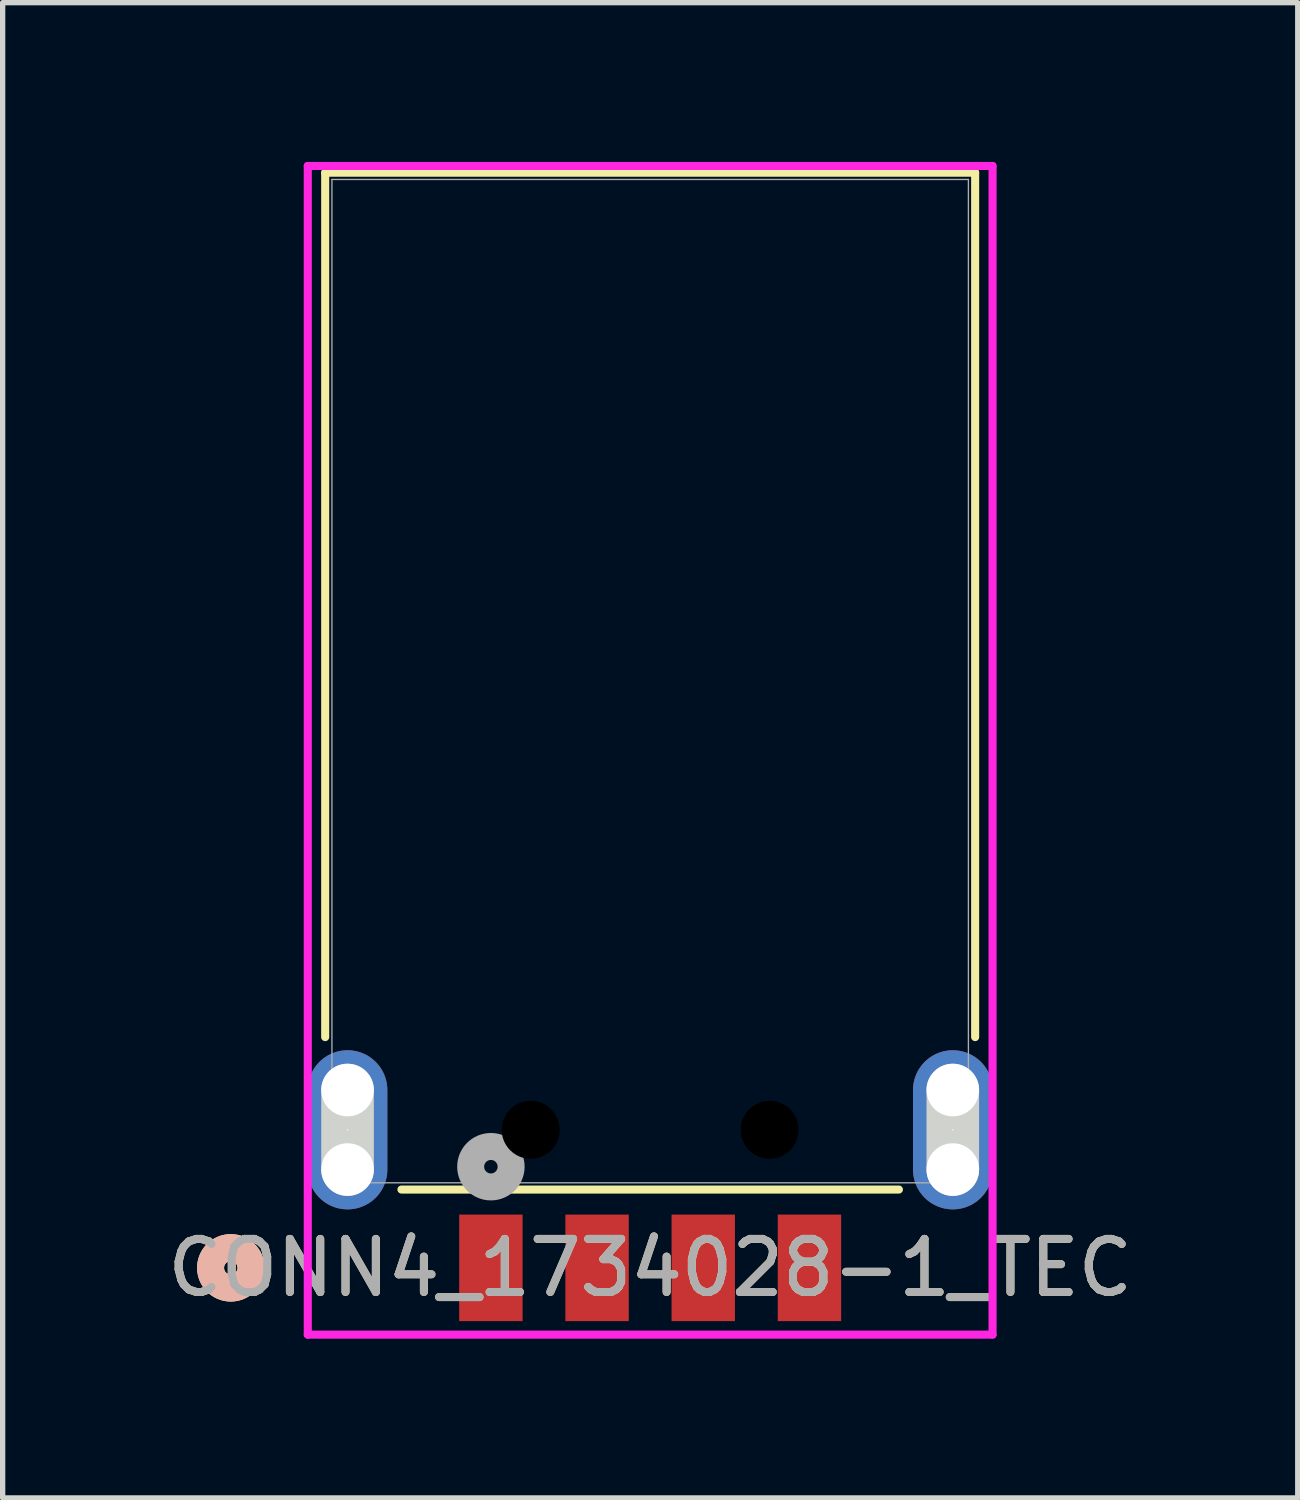
<source format=kicad_pcb>
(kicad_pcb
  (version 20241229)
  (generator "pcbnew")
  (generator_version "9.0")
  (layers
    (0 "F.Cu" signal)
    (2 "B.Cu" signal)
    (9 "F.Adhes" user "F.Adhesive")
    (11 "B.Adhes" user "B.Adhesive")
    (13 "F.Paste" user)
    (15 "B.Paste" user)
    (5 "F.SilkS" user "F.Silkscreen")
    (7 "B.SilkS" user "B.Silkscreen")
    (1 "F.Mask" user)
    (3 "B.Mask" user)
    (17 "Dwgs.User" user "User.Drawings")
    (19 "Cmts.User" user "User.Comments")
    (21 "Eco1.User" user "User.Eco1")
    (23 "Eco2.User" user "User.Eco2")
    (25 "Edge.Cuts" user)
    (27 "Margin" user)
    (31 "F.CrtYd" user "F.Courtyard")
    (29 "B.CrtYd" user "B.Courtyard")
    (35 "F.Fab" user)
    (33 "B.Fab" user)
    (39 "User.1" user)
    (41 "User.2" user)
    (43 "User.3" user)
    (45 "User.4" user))
  (footprint "CONN4_1734028-1_TEC"
    (layer "F.Cu")
    (at 9.196 9.779)
    (property "Reference" "CONN4_1734028-1_TEC" (at 0 11.051 0) (unlocked yes) (layer "F.SilkS") (effects (font (size 1 1) (thickness 0.15))))
    (attr smd)
    (fp_line (start -6.121 -9.576) (end -6.121 6.705) (stroke (width 0.152) (type solid)) (layer "F.SilkS"))
    (fp_line (start -4.685 9.576) (end 4.685 9.576) (stroke (width 0.152) (type solid)) (layer "F.SilkS"))
    (fp_line (start 6.121 -9.576) (end -6.121 -9.576) (stroke (width 0.152) (type solid)) (layer "F.SilkS"))
    (fp_line (start 6.121 6.705) (end 6.121 -9.576) (stroke (width 0.152) (type solid)) (layer "F.SilkS"))
    (fp_circle (center -7.899 11.051) (end -7.518 11.051) (stroke (width 0.508) (type solid)) (fill no) (layer "F.SilkS"))
    (fp_circle (center -7.899 11.051) (end -7.518 11.051) (stroke (width 0.508) (type solid)) (fill no) (layer "B.SilkS"))
    (fp_line (start -5.7 9.2) (end -5.7 7.702) (stroke (width 0.991) (type solid)) (layer "Edge.Cuts"))
    (fp_line (start 5.7 9.2) (end 5.7 7.702) (stroke (width 0.991) (type solid)) (layer "Edge.Cuts"))
    (fp_line (start -6.449 -9.703) (end -6.449 12.309) (stroke (width 0.152) (type solid)) (layer "F.CrtYd"))
    (fp_line (start -6.449 12.309) (end 6.449 12.309) (stroke (width 0.152) (type solid)) (layer "F.CrtYd"))
    (fp_line (start 6.449 -9.703) (end -6.449 -9.703) (stroke (width 0.152) (type solid)) (layer "F.CrtYd"))
    (fp_line (start 6.449 12.309) (end 6.449 -9.703) (stroke (width 0.152) (type solid)) (layer "F.CrtYd"))
    (fp_line (start -5.994 -9.449) (end -5.994 9.449) (stroke (width 0.025) (type solid)) (layer "F.Fab"))
    (fp_line (start -5.994 9.449) (end 5.994 9.449) (stroke (width 0.025) (type solid)) (layer "F.Fab"))
    (fp_line (start 5.994 -9.449) (end -5.994 -9.449) (stroke (width 0.025) (type solid)) (layer "F.Fab"))
    (fp_line (start 5.994 9.449) (end 5.994 -9.449) (stroke (width 0.025) (type solid)) (layer "F.Fab"))
    (fp_circle (center -3 9.146) (end -2.619 9.146) (stroke (width 0.508) (type solid)) (fill no) (layer "F.Fab"))
    (fp_text user "${REFERENCE}" (at 0 11.051 0) (unlocked yes) (layer "F.Fab") (effects (font (size 1 1) (thickness 0.15))))
    (pad "" np_thru_hole circle (at -5.7 7.702) (size 0.991 0.991) (drill 0.991) (layers "*.Cu" "*.Mask"))
    (pad "" np_thru_hole circle (at -5.7 9.2) (size 0.991 0.991) (drill 0.991) (layers "*.Cu" "*.Mask"))
    (pad "" np_thru_hole circle (at -2.25 8.451) (size 1.092 1.092) (drill 1.092) (layers))
    (pad "" np_thru_hole circle (at 2.25 8.451) (size 1.092 1.092) (drill 1.092) (layers))
    (pad "" np_thru_hole circle (at 5.7 7.702) (size 0.991 0.991) (drill 0.991) (layers "*.Cu" "*.Mask"))
    (pad "" np_thru_hole circle (at 5.7 9.2) (size 0.991 0.991) (drill 0.991) (layers "*.Cu" "*.Mask"))
    (pad "1" smd rect (at -3 11.051) (size 1.194 2.007) (layers "F.Cu" "F.Mask" "F.Paste"))
    (pad "2" smd rect (at -1 11.051) (size 1.194 2.007) (layers "F.Cu" "F.Mask" "F.Paste"))
    (pad "3" smd rect (at 1 11.051) (size 1.194 2.007) (layers "F.Cu" "F.Mask" "F.Paste"))
    (pad "4" smd rect (at 3 11.051) (size 1.194 2.007) (layers "F.Cu" "F.Mask" "F.Paste"))
    (pad "5" thru_hole oval (at -5.7 8.451 90) (size 2.997 1.499) (drill 0.025) (layers "*.Cu" "*.Mask"))
    (pad "6" thru_hole oval (at 5.7 8.451 90) (size 2.997 1.499) (drill 0.025) (layers "*.Cu" "*.Mask")))
  (gr_rect
    (start -3 -3)
    (end 21.393 25.164)
    (stroke (width 0.1) (type default))
    (fill no)
    (layer "Edge.Cuts")))
</source>
